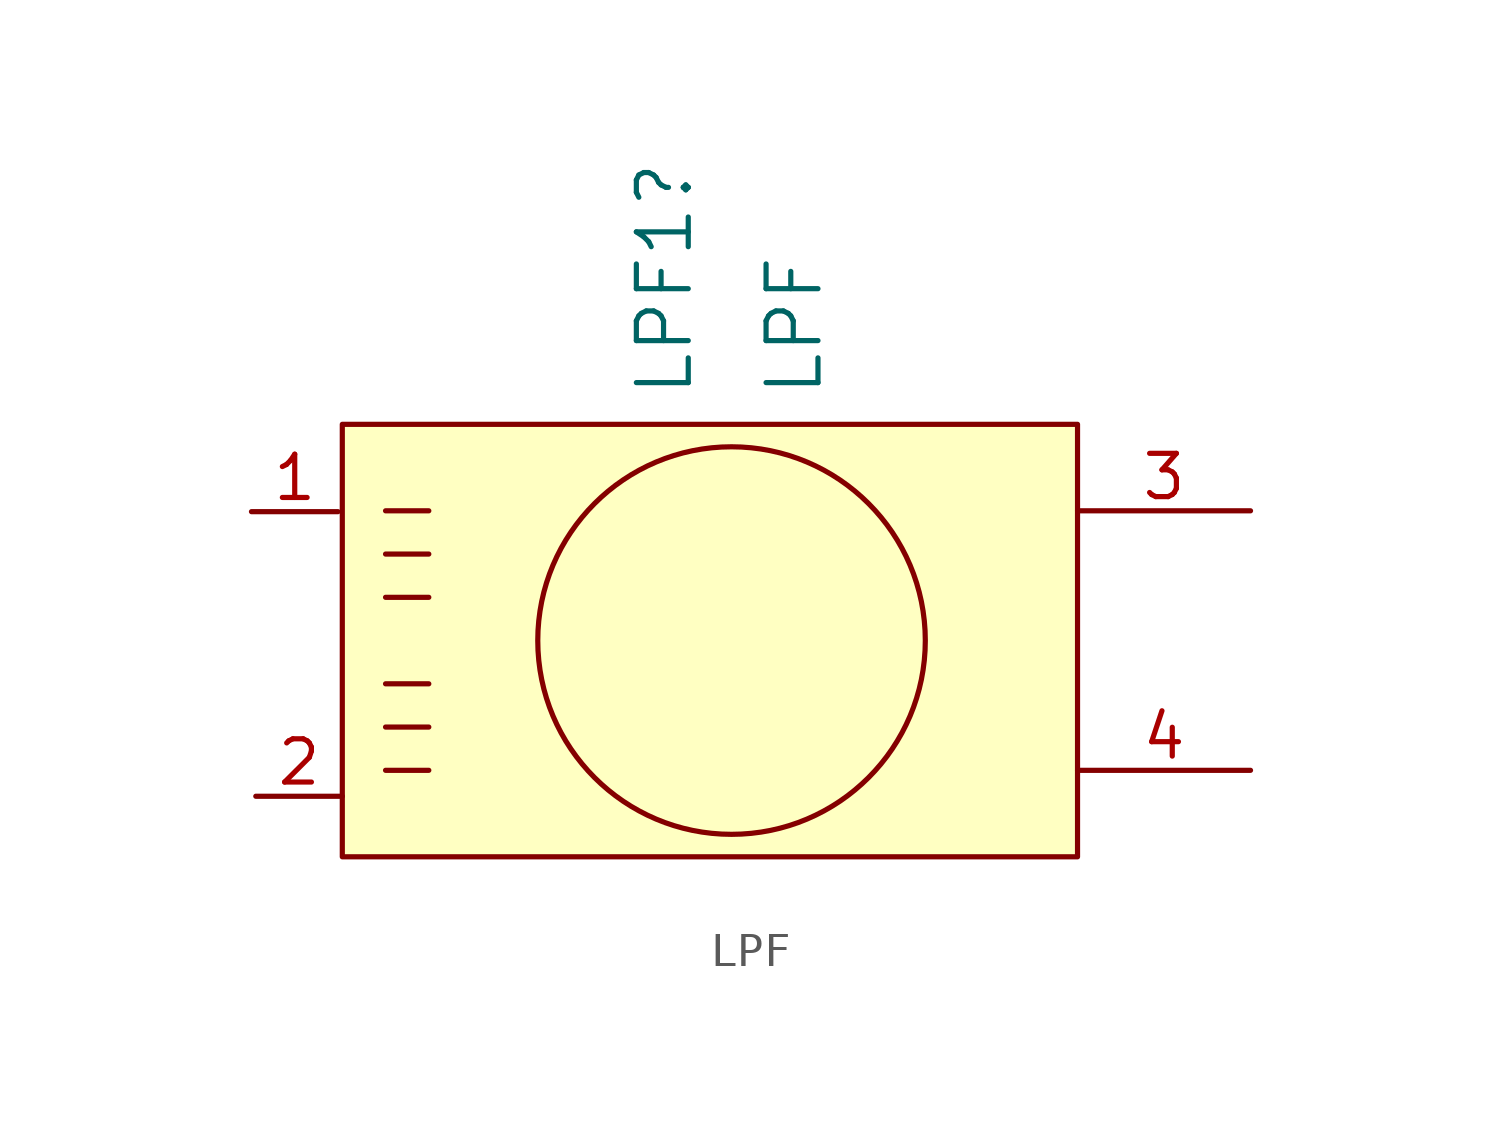
<source format=kicad_sym>
(kicad_symbol_lib
  (version 20220914)
  (generator kicad_symbol_editor)
  (symbol "LPF"
    (pin_names
      (offset 1.016))
    (property "Reference" "LPF1"
      (at -1.968 8.382 90)
      (effects (font (size 1.524 1.524)) (justify left)))
    (property "Value" "LPF"
      (at 1.841 8.382 90)
      (effects (font (size 1.524 1.524)) (justify left)))
    (symbol "LPF_0_1"
      (rectangle (start -11.43 7.62) (end 10.16 -5.08) (stroke (width 0) (type default)) (fill (type background)))
      (polyline (pts (xy -10.16 -2.54) (xy -8.89 -2.54)) (stroke (width 0) (type default)) (fill (type none)))
      (polyline (pts (xy -10.16 -1.27) (xy -8.89 -1.27)) (stroke (width 0) (type default)) (fill (type none)))
      (polyline (pts (xy -10.16 0) (xy -8.89 0)) (stroke (width 0) (type default)) (fill (type none)))
      (polyline (pts (xy -10.16 2.54) (xy -8.89 2.54)) (stroke (width 0) (type default)) (fill (type none)))
      (polyline (pts (xy -10.16 3.81) (xy -8.89 3.81)) (stroke (width 0) (type default)) (fill (type none)))
      (polyline (pts (xy -10.16 5.08) (xy -8.89 5.08)) (stroke (width 0) (type default)) (fill (type none)))
      (circle (center 0 1.27) (radius 5.69) (stroke (width 0) (type default)) (fill (type none))))
    (symbol "LPF_1_1"
      (pin input line (at -14.097 5.055 0) (length 2.54) (name "" (effects (font (size 1.27 1.27)))) (number "1" (effects (font (size 1.27 1.27)))))
      (pin power_in line (at -13.97 -3.302 0) (length 2.54) (name "" (effects (font (size 1.27 1.27)))) (number "2" (effects (font (size 1.27 1.27)))))
      (pin output line (at 15.24 5.08 180) (length 5.08) (name "" (effects (font (size 1.27 1.27)))) (number "3" (effects (font (size 1.27 1.27)))))
      (pin power_in line (at 15.24 -2.54 180) (length 5.08) (name "" (effects (font (size 1.27 1.27)))) (number "4" (effects (font (size 1.27 1.27))))))))
</source>
